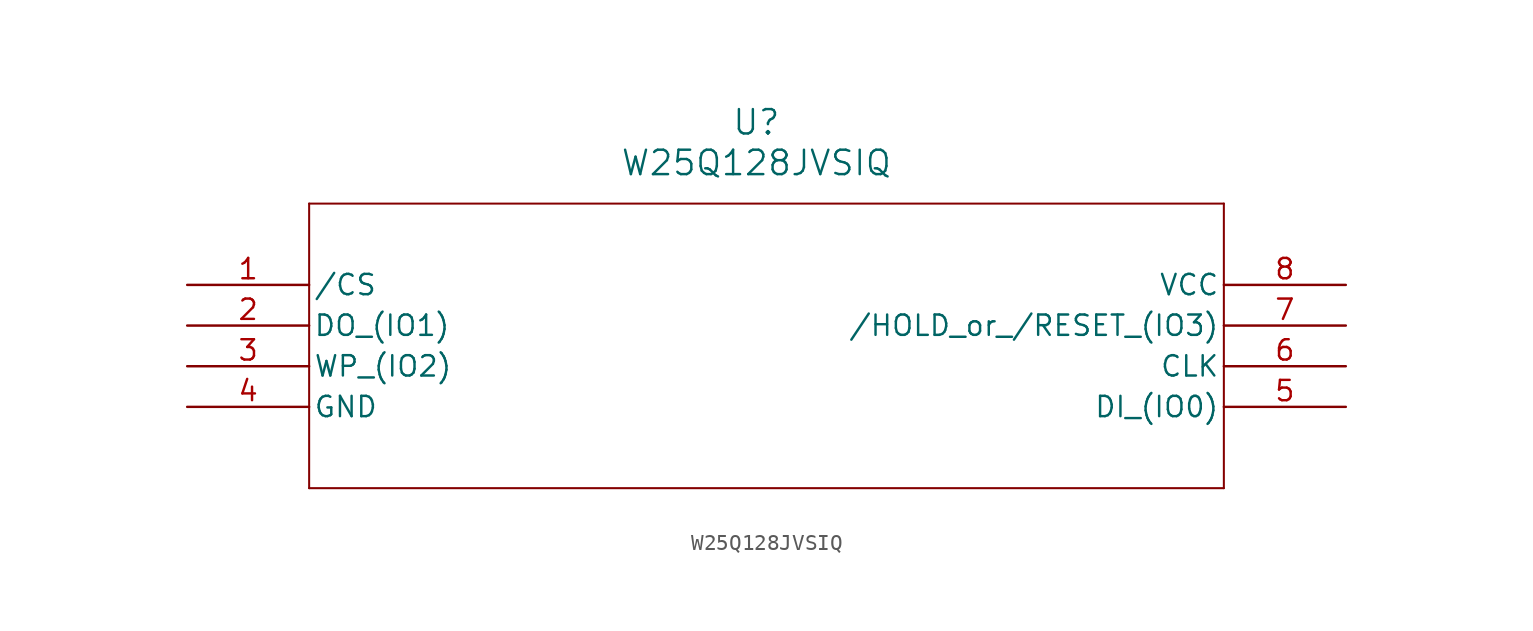
<source format=kicad_sym>
(kicad_symbol_lib
  (version 20220914)
  (generator kicad_symbol_editor)
  (symbol "W25Q128JVSIQ"
    (pin_names
      (offset 0.254))
    (property "Reference" "U"
      (at 54.61 10.16 0)
      (effects (font (size 1.524 1.524))))
    (property "Value" "W25Q128JVSIQ"
      (at 54.61 7.62 0)
      (effects (font (size 1.524 1.524))))
    (property "ki_locked" ""
      (at 0 0 0)
      (effects (font (size 1.27 1.27))))
    (symbol "W25Q128JVSIQ_0_1"
      (polyline (pts (xy 26.67 -12.7) (xy 83.82 -12.7)) (stroke (width 0.127) (type default)) (fill (type none)))
      (polyline (pts (xy 26.67 5.08) (xy 26.67 -12.7)) (stroke (width 0.127) (type default)) (fill (type none)))
      (polyline (pts (xy 83.82 -12.7) (xy 83.82 5.08)) (stroke (width 0.127) (type default)) (fill (type none)))
      (polyline (pts (xy 83.82 5.08) (xy 26.67 5.08)) (stroke (width 0.127) (type default)) (fill (type none)))
      (pin unspecified line (at 19.05 0 0) (length 7.62) (name "/CS" (effects (font (size 1.27 1.27)))) (number "1" (effects (font (size 1.27 1.27)))))
      (pin power_out line (at 19.05 -7.62 0) (length 7.62) (name "GND" (effects (font (size 1.27 1.27)))) (number "4" (effects (font (size 1.27 1.27)))))
      (pin unspecified line (at 91.44 -7.62 180) (length 7.62) (name "DI_(IO0)" (effects (font (size 1.27 1.27)))) (number "5" (effects (font (size 1.27 1.27)))))
      (pin unspecified line (at 91.44 -5.08 180) (length 7.62) (name "CLK" (effects (font (size 1.27 1.27)))) (number "6" (effects (font (size 1.27 1.27)))))
      (pin unspecified line (at 91.44 -2.54 180) (length 7.62) (name "/HOLD_or_/RESET_(IO3)" (effects (font (size 1.27 1.27)))) (number "7" (effects (font (size 1.27 1.27)))))
      (pin power_in line (at 91.44 0 180) (length 7.62) (name "VCC" (effects (font (size 1.27 1.27)))) (number "8" (effects (font (size 1.27 1.27))))))
    (symbol "W25Q128JVSIQ_1_1"
      (pin unspecified line (at 19.05 -2.54 0) (length 7.62) (name "DO_(IO1)" (effects (font (size 1.27 1.27)))) (number "2" (effects (font (size 1.27 1.27)))))
      (pin unspecified line (at 19.05 -5.08 0) (length 7.62) (name "WP_(IO2)" (effects (font (size 1.27 1.27)))) (number "3" (effects (font (size 1.27 1.27))))))))
</source>
